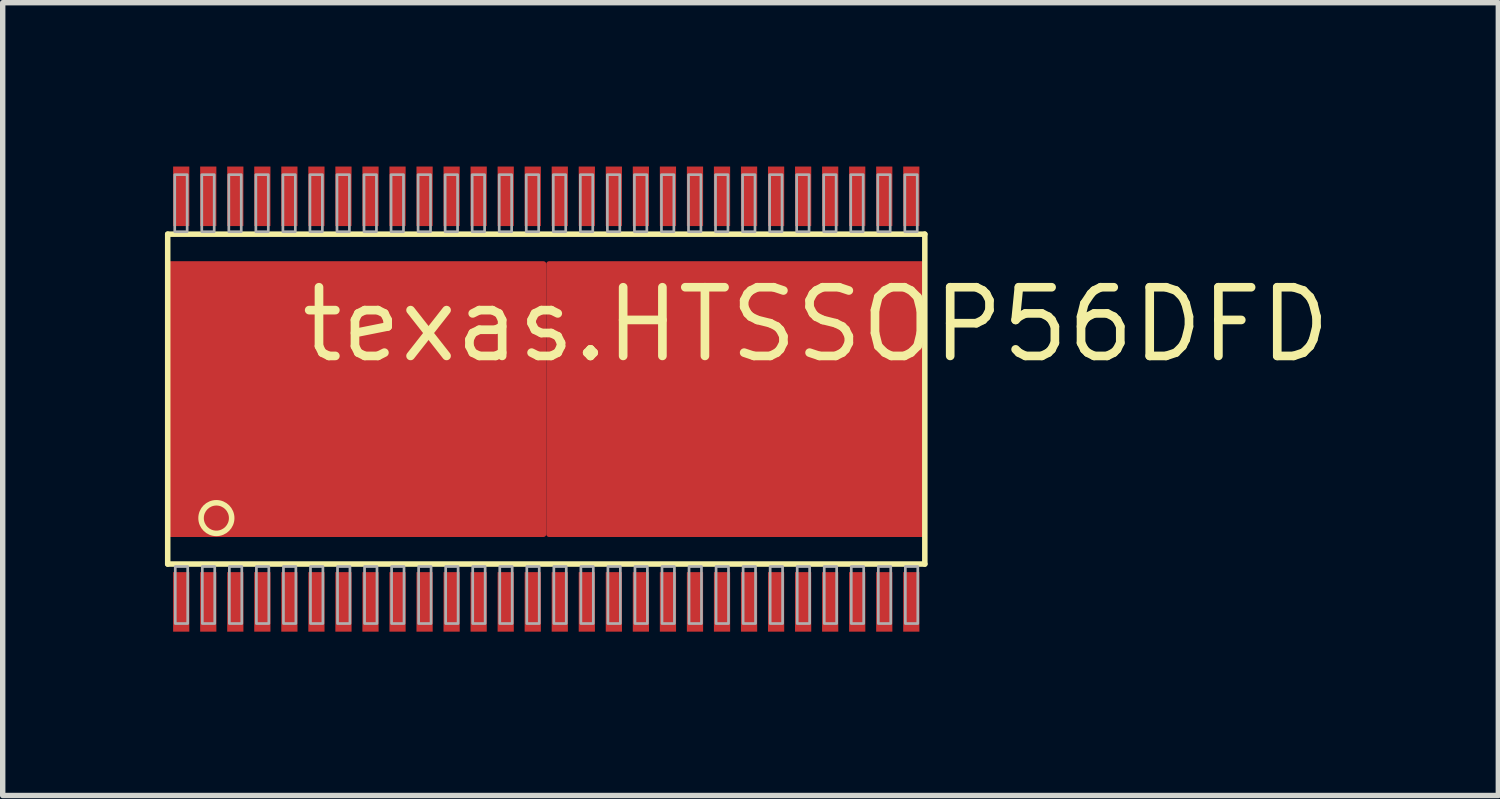
<source format=kicad_pcb>
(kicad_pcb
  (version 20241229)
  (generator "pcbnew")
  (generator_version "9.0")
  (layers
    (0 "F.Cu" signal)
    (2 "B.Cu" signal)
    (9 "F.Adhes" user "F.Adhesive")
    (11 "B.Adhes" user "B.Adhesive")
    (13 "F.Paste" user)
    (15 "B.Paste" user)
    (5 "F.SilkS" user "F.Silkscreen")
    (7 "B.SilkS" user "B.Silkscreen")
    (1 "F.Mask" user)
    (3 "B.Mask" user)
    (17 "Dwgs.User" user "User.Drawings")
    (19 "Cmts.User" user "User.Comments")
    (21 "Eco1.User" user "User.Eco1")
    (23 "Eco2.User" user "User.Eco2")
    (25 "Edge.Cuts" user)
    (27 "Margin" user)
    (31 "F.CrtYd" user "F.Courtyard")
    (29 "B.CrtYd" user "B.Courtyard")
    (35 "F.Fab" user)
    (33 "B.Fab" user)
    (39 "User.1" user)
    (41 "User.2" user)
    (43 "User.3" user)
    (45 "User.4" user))
  (footprint "texas.HTSSOP56DFD"
    (layer "F.Cu")
    (at 7.051 4.33)
    (property "Reference" "texas.HTSSOP56DFD" (at -4.61 -0.635 0) (layer "F.SilkS") (effects (font (size 1.27 1.27) (thickness 0.16)) (justify left bottom)))
    (attr smd)
    (fp_rect (start -7 2.5) (end 7 -2.5) (stroke (width 0.05) (type default)) (fill yes) (layer "F.Mask"))
    (fp_rect (start -6.905 -3.195) (end -6.595 -4.305) (stroke (width 0.05) (type default)) (fill yes) (layer "F.Mask"))
    (fp_rect (start -6.905 4.305) (end -6.595 3.195) (stroke (width 0.05) (type default)) (fill yes) (layer "F.Mask"))
    (fp_rect (start -6.405 -3.195) (end -6.095 -4.305) (stroke (width 0.05) (type default)) (fill yes) (layer "F.Mask"))
    (fp_rect (start -6.405 4.305) (end -6.095 3.195) (stroke (width 0.05) (type default)) (fill yes) (layer "F.Mask"))
    (fp_rect (start -5.905 -3.195) (end -5.595 -4.305) (stroke (width 0.05) (type default)) (fill yes) (layer "F.Mask"))
    (fp_rect (start -5.905 4.305) (end -5.595 3.195) (stroke (width 0.05) (type default)) (fill yes) (layer "F.Mask"))
    (fp_rect (start -5.405 -3.195) (end -5.095 -4.305) (stroke (width 0.05) (type default)) (fill yes) (layer "F.Mask"))
    (fp_rect (start -5.405 4.305) (end -5.095 3.195) (stroke (width 0.05) (type default)) (fill yes) (layer "F.Mask"))
    (fp_rect (start -4.905 -3.195) (end -4.595 -4.305) (stroke (width 0.05) (type default)) (fill yes) (layer "F.Mask"))
    (fp_rect (start -4.905 4.305) (end -4.595 3.195) (stroke (width 0.05) (type default)) (fill yes) (layer "F.Mask"))
    (fp_rect (start -4.405 -3.195) (end -4.095 -4.305) (stroke (width 0.05) (type default)) (fill yes) (layer "F.Mask"))
    (fp_rect (start -4.405 4.305) (end -4.095 3.195) (stroke (width 0.05) (type default)) (fill yes) (layer "F.Mask"))
    (fp_rect (start -3.905 -3.195) (end -3.595 -4.305) (stroke (width 0.05) (type default)) (fill yes) (layer "F.Mask"))
    (fp_rect (start -3.905 4.305) (end -3.595 3.195) (stroke (width 0.05) (type default)) (fill yes) (layer "F.Mask"))
    (fp_rect (start -3.405 -3.195) (end -3.095 -4.305) (stroke (width 0.05) (type default)) (fill yes) (layer "F.Mask"))
    (fp_rect (start -3.405 4.305) (end -3.095 3.195) (stroke (width 0.05) (type default)) (fill yes) (layer "F.Mask"))
    (fp_rect (start -2.905 -3.195) (end -2.595 -4.305) (stroke (width 0.05) (type default)) (fill yes) (layer "F.Mask"))
    (fp_rect (start -2.905 4.305) (end -2.595 3.195) (stroke (width 0.05) (type default)) (fill yes) (layer "F.Mask"))
    (fp_rect (start -2.405 -3.195) (end -2.095 -4.305) (stroke (width 0.05) (type default)) (fill yes) (layer "F.Mask"))
    (fp_rect (start -2.405 4.305) (end -2.095 3.195) (stroke (width 0.05) (type default)) (fill yes) (layer "F.Mask"))
    (fp_rect (start -1.905 -3.195) (end -1.595 -4.305) (stroke (width 0.05) (type default)) (fill yes) (layer "F.Mask"))
    (fp_rect (start -1.905 4.305) (end -1.595 3.195) (stroke (width 0.05) (type default)) (fill yes) (layer "F.Mask"))
    (fp_rect (start -1.405 -3.195) (end -1.095 -4.305) (stroke (width 0.05) (type default)) (fill yes) (layer "F.Mask"))
    (fp_rect (start -1.405 4.305) (end -1.095 3.195) (stroke (width 0.05) (type default)) (fill yes) (layer "F.Mask"))
    (fp_rect (start -0.905 -3.195) (end -0.595 -4.305) (stroke (width 0.05) (type default)) (fill yes) (layer "F.Mask"))
    (fp_rect (start -0.905 4.305) (end -0.595 3.195) (stroke (width 0.05) (type default)) (fill yes) (layer "F.Mask"))
    (fp_rect (start -0.405 -3.195) (end -0.095 -4.305) (stroke (width 0.05) (type default)) (fill yes) (layer "F.Mask"))
    (fp_rect (start -0.405 4.305) (end -0.095 3.195) (stroke (width 0.05) (type default)) (fill yes) (layer "F.Mask"))
    (fp_rect (start 0.095 -3.195) (end 0.405 -4.305) (stroke (width 0.05) (type default)) (fill yes) (layer "F.Mask"))
    (fp_rect (start 0.095 4.305) (end 0.405 3.195) (stroke (width 0.05) (type default)) (fill yes) (layer "F.Mask"))
    (fp_rect (start 0.595 -3.195) (end 0.905 -4.305) (stroke (width 0.05) (type default)) (fill yes) (layer "F.Mask"))
    (fp_rect (start 0.595 4.305) (end 0.905 3.195) (stroke (width 0.05) (type default)) (fill yes) (layer "F.Mask"))
    (fp_rect (start 1.095 -3.195) (end 1.405 -4.305) (stroke (width 0.05) (type default)) (fill yes) (layer "F.Mask"))
    (fp_rect (start 1.095 4.305) (end 1.405 3.195) (stroke (width 0.05) (type default)) (fill yes) (layer "F.Mask"))
    (fp_rect (start 1.595 -3.195) (end 1.905 -4.305) (stroke (width 0.05) (type default)) (fill yes) (layer "F.Mask"))
    (fp_rect (start 1.595 4.305) (end 1.905 3.195) (stroke (width 0.05) (type default)) (fill yes) (layer "F.Mask"))
    (fp_rect (start 2.095 -3.195) (end 2.405 -4.305) (stroke (width 0.05) (type default)) (fill yes) (layer "F.Mask"))
    (fp_rect (start 2.095 4.305) (end 2.405 3.195) (stroke (width 0.05) (type default)) (fill yes) (layer "F.Mask"))
    (fp_rect (start 2.595 -3.195) (end 2.905 -4.305) (stroke (width 0.05) (type default)) (fill yes) (layer "F.Mask"))
    (fp_rect (start 2.595 4.305) (end 2.905 3.195) (stroke (width 0.05) (type default)) (fill yes) (layer "F.Mask"))
    (fp_rect (start 3.095 -3.195) (end 3.405 -4.305) (stroke (width 0.05) (type default)) (fill yes) (layer "F.Mask"))
    (fp_rect (start 3.095 4.305) (end 3.405 3.195) (stroke (width 0.05) (type default)) (fill yes) (layer "F.Mask"))
    (fp_rect (start 3.595 -3.195) (end 3.905 -4.305) (stroke (width 0.05) (type default)) (fill yes) (layer "F.Mask"))
    (fp_rect (start 3.595 4.305) (end 3.905 3.195) (stroke (width 0.05) (type default)) (fill yes) (layer "F.Mask"))
    (fp_rect (start 4.095 -3.195) (end 4.405 -4.305) (stroke (width 0.05) (type default)) (fill yes) (layer "F.Mask"))
    (fp_rect (start 4.095 4.305) (end 4.405 3.195) (stroke (width 0.05) (type default)) (fill yes) (layer "F.Mask"))
    (fp_rect (start 4.595 -3.195) (end 4.905 -4.305) (stroke (width 0.05) (type default)) (fill yes) (layer "F.Mask"))
    (fp_rect (start 4.595 4.305) (end 4.905 3.195) (stroke (width 0.05) (type default)) (fill yes) (layer "F.Mask"))
    (fp_rect (start 5.095 -3.195) (end 5.405 -4.305) (stroke (width 0.05) (type default)) (fill yes) (layer "F.Mask"))
    (fp_rect (start 5.095 4.305) (end 5.405 3.195) (stroke (width 0.05) (type default)) (fill yes) (layer "F.Mask"))
    (fp_rect (start 5.595 -3.195) (end 5.905 -4.305) (stroke (width 0.05) (type default)) (fill yes) (layer "F.Mask"))
    (fp_rect (start 5.595 4.305) (end 5.905 3.195) (stroke (width 0.05) (type default)) (fill yes) (layer "F.Mask"))
    (fp_rect (start 6.095 -3.195) (end 6.405 -4.305) (stroke (width 0.05) (type default)) (fill yes) (layer "F.Mask"))
    (fp_rect (start 6.095 4.305) (end 6.405 3.195) (stroke (width 0.05) (type default)) (fill yes) (layer "F.Mask"))
    (fp_rect (start 6.595 -3.195) (end 6.905 -4.305) (stroke (width 0.05) (type default)) (fill yes) (layer "F.Mask"))
    (fp_rect (start 6.595 4.305) (end 6.905 3.195) (stroke (width 0.05) (type default)) (fill yes) (layer "F.Mask"))
    (fp_line (start -7 -3.05) (end 7 -3.05) (stroke (width 0.102) (type default)) (layer "F.SilkS"))
    (fp_line (start -7 3.05) (end -7 -3.05) (stroke (width 0.102) (type default)) (layer "F.SilkS"))
    (fp_line (start 7 -3.05) (end 7 3.05) (stroke (width 0.102) (type default)) (layer "F.SilkS"))
    (fp_line (start 7 3.05) (end -7 3.05) (stroke (width 0.102) (type default)) (layer "F.SilkS"))
    (fp_circle (center -6.1 2.2) (end -5.817 2.2) (stroke (width 0.102) (type default)) (fill no) (layer "F.SilkS"))
    (fp_rect (start -6.89 -3.215) (end -6.61 -4.285) (stroke (width 0.05) (type default)) (fill yes) (layer "F.Paste"))
    (fp_rect (start -6.89 4.285) (end -6.61 3.215) (stroke (width 0.05) (type default)) (fill yes) (layer "F.Paste"))
    (fp_rect (start -6.39 -3.215) (end -6.11 -4.285) (stroke (width 0.05) (type default)) (fill yes) (layer "F.Paste"))
    (fp_rect (start -6.39 4.285) (end -6.11 3.215) (stroke (width 0.05) (type default)) (fill yes) (layer "F.Paste"))
    (fp_rect (start -5.89 -3.215) (end -5.61 -4.285) (stroke (width 0.05) (type default)) (fill yes) (layer "F.Paste"))
    (fp_rect (start -5.89 4.285) (end -5.61 3.215) (stroke (width 0.05) (type default)) (fill yes) (layer "F.Paste"))
    (fp_rect (start -5.39 -3.215) (end -5.11 -4.285) (stroke (width 0.05) (type default)) (fill yes) (layer "F.Paste"))
    (fp_rect (start -5.39 4.285) (end -5.11 3.215) (stroke (width 0.05) (type default)) (fill yes) (layer "F.Paste"))
    (fp_rect (start -4.89 -3.215) (end -4.61 -4.285) (stroke (width 0.05) (type default)) (fill yes) (layer "F.Paste"))
    (fp_rect (start -4.89 4.285) (end -4.61 3.215) (stroke (width 0.05) (type default)) (fill yes) (layer "F.Paste"))
    (fp_rect (start -4.39 -3.215) (end -4.11 -4.285) (stroke (width 0.05) (type default)) (fill yes) (layer "F.Paste"))
    (fp_rect (start -4.39 4.285) (end -4.11 3.215) (stroke (width 0.05) (type default)) (fill yes) (layer "F.Paste"))
    (fp_rect (start -3.89 -3.215) (end -3.61 -4.285) (stroke (width 0.05) (type default)) (fill yes) (layer "F.Paste"))
    (fp_rect (start -3.89 4.285) (end -3.61 3.215) (stroke (width 0.05) (type default)) (fill yes) (layer "F.Paste"))
    (fp_rect (start -3.39 -3.215) (end -3.11 -4.285) (stroke (width 0.05) (type default)) (fill yes) (layer "F.Paste"))
    (fp_rect (start -3.39 4.285) (end -3.11 3.215) (stroke (width 0.05) (type default)) (fill yes) (layer "F.Paste"))
    (fp_rect (start -2.89 -3.215) (end -2.61 -4.285) (stroke (width 0.05) (type default)) (fill yes) (layer "F.Paste"))
    (fp_rect (start -2.89 4.285) (end -2.61 3.215) (stroke (width 0.05) (type default)) (fill yes) (layer "F.Paste"))
    (fp_rect (start -2.39 -3.215) (end -2.11 -4.285) (stroke (width 0.05) (type default)) (fill yes) (layer "F.Paste"))
    (fp_rect (start -2.39 4.285) (end -2.11 3.215) (stroke (width 0.05) (type default)) (fill yes) (layer "F.Paste"))
    (fp_rect (start -1.89 -3.215) (end -1.61 -4.285) (stroke (width 0.05) (type default)) (fill yes) (layer "F.Paste"))
    (fp_rect (start -1.89 4.285) (end -1.61 3.215) (stroke (width 0.05) (type default)) (fill yes) (layer "F.Paste"))
    (fp_rect (start -1.39 -3.215) (end -1.11 -4.285) (stroke (width 0.05) (type default)) (fill yes) (layer "F.Paste"))
    (fp_rect (start -1.39 4.285) (end -1.11 3.215) (stroke (width 0.05) (type default)) (fill yes) (layer "F.Paste"))
    (fp_rect (start -0.89 -3.215) (end -0.61 -4.285) (stroke (width 0.05) (type default)) (fill yes) (layer "F.Paste"))
    (fp_rect (start -0.89 4.285) (end -0.61 3.215) (stroke (width 0.05) (type default)) (fill yes) (layer "F.Paste"))
    (fp_rect (start -0.39 -3.215) (end -0.11 -4.285) (stroke (width 0.05) (type default)) (fill yes) (layer "F.Paste"))
    (fp_rect (start -0.39 4.285) (end -0.11 3.215) (stroke (width 0.05) (type default)) (fill yes) (layer "F.Paste"))
    (fp_rect (start 0.11 -3.215) (end 0.39 -4.285) (stroke (width 0.05) (type default)) (fill yes) (layer "F.Paste"))
    (fp_rect (start 0.11 4.285) (end 0.39 3.215) (stroke (width 0.05) (type default)) (fill yes) (layer "F.Paste"))
    (fp_rect (start 0.61 -3.215) (end 0.89 -4.285) (stroke (width 0.05) (type default)) (fill yes) (layer "F.Paste"))
    (fp_rect (start 0.61 4.285) (end 0.89 3.215) (stroke (width 0.05) (type default)) (fill yes) (layer "F.Paste"))
    (fp_rect (start 1.11 -3.215) (end 1.39 -4.285) (stroke (width 0.05) (type default)) (fill yes) (layer "F.Paste"))
    (fp_rect (start 1.11 4.285) (end 1.39 3.215) (stroke (width 0.05) (type default)) (fill yes) (layer "F.Paste"))
    (fp_rect (start 1.61 -3.215) (end 1.89 -4.285) (stroke (width 0.05) (type default)) (fill yes) (layer "F.Paste"))
    (fp_rect (start 1.61 4.285) (end 1.89 3.215) (stroke (width 0.05) (type default)) (fill yes) (layer "F.Paste"))
    (fp_rect (start 2.11 -3.215) (end 2.39 -4.285) (stroke (width 0.05) (type default)) (fill yes) (layer "F.Paste"))
    (fp_rect (start 2.11 4.285) (end 2.39 3.215) (stroke (width 0.05) (type default)) (fill yes) (layer "F.Paste"))
    (fp_rect (start 2.61 -3.215) (end 2.89 -4.285) (stroke (width 0.05) (type default)) (fill yes) (layer "F.Paste"))
    (fp_rect (start 2.61 4.285) (end 2.89 3.215) (stroke (width 0.05) (type default)) (fill yes) (layer "F.Paste"))
    (fp_rect (start 3.11 -3.215) (end 3.39 -4.285) (stroke (width 0.05) (type default)) (fill yes) (layer "F.Paste"))
    (fp_rect (start 3.11 4.285) (end 3.39 3.215) (stroke (width 0.05) (type default)) (fill yes) (layer "F.Paste"))
    (fp_rect (start 3.61 -3.215) (end 3.89 -4.285) (stroke (width 0.05) (type default)) (fill yes) (layer "F.Paste"))
    (fp_rect (start 3.61 4.285) (end 3.89 3.215) (stroke (width 0.05) (type default)) (fill yes) (layer "F.Paste"))
    (fp_rect (start 4.11 -3.215) (end 4.39 -4.285) (stroke (width 0.05) (type default)) (fill yes) (layer "F.Paste"))
    (fp_rect (start 4.11 4.285) (end 4.39 3.215) (stroke (width 0.05) (type default)) (fill yes) (layer "F.Paste"))
    (fp_rect (start 4.61 -3.215) (end 4.89 -4.285) (stroke (width 0.05) (type default)) (fill yes) (layer "F.Paste"))
    (fp_rect (start 4.61 4.285) (end 4.89 3.215) (stroke (width 0.05) (type default)) (fill yes) (layer "F.Paste"))
    (fp_rect (start 5.11 -3.215) (end 5.39 -4.285) (stroke (width 0.05) (type default)) (fill yes) (layer "F.Paste"))
    (fp_rect (start 5.11 4.285) (end 5.39 3.215) (stroke (width 0.05) (type default)) (fill yes) (layer "F.Paste"))
    (fp_rect (start 5.61 -3.215) (end 5.89 -4.285) (stroke (width 0.05) (type default)) (fill yes) (layer "F.Paste"))
    (fp_rect (start 5.61 4.285) (end 5.89 3.215) (stroke (width 0.05) (type default)) (fill yes) (layer "F.Paste"))
    (fp_rect (start 6.11 -3.215) (end 6.39 -4.285) (stroke (width 0.05) (type default)) (fill yes) (layer "F.Paste"))
    (fp_rect (start 6.11 4.285) (end 6.39 3.215) (stroke (width 0.05) (type default)) (fill yes) (layer "F.Paste"))
    (fp_rect (start 6.61 -3.215) (end 6.89 -4.285) (stroke (width 0.05) (type default)) (fill yes) (layer "F.Paste"))
    (fp_rect (start 6.61 4.285) (end 6.89 3.215) (stroke (width 0.05) (type default)) (fill yes) (layer "F.Paste"))
    (fp_rect (start -6.87 -3.095) (end -6.64 -4.15) (stroke (width 0.05) (type default)) (fill no) (layer "F.Fab"))
    (fp_rect (start -6.86 4.15) (end -6.63 3.095) (stroke (width 0.05) (type default)) (fill no) (layer "F.Fab"))
    (fp_rect (start -6.37 -3.095) (end -6.14 -4.15) (stroke (width 0.05) (type default)) (fill no) (layer "F.Fab"))
    (fp_rect (start -6.36 4.15) (end -6.13 3.095) (stroke (width 0.05) (type default)) (fill no) (layer "F.Fab"))
    (fp_rect (start -5.87 -3.095) (end -5.64 -4.15) (stroke (width 0.05) (type default)) (fill no) (layer "F.Fab"))
    (fp_rect (start -5.86 4.15) (end -5.63 3.095) (stroke (width 0.05) (type default)) (fill no) (layer "F.Fab"))
    (fp_rect (start -5.37 -3.095) (end -5.14 -4.15) (stroke (width 0.05) (type default)) (fill no) (layer "F.Fab"))
    (fp_rect (start -5.36 4.15) (end -5.13 3.095) (stroke (width 0.05) (type default)) (fill no) (layer "F.Fab"))
    (fp_rect (start -4.87 -3.095) (end -4.64 -4.15) (stroke (width 0.05) (type default)) (fill no) (layer "F.Fab"))
    (fp_rect (start -4.86 4.15) (end -4.63 3.095) (stroke (width 0.05) (type default)) (fill no) (layer "F.Fab"))
    (fp_rect (start -4.37 -3.095) (end -4.14 -4.15) (stroke (width 0.05) (type default)) (fill no) (layer "F.Fab"))
    (fp_rect (start -4.36 4.15) (end -4.13 3.095) (stroke (width 0.05) (type default)) (fill no) (layer "F.Fab"))
    (fp_rect (start -3.87 -3.095) (end -3.64 -4.15) (stroke (width 0.05) (type default)) (fill no) (layer "F.Fab"))
    (fp_rect (start -3.86 4.15) (end -3.63 3.095) (stroke (width 0.05) (type default)) (fill no) (layer "F.Fab"))
    (fp_rect (start -3.37 -3.095) (end -3.14 -4.15) (stroke (width 0.05) (type default)) (fill no) (layer "F.Fab"))
    (fp_rect (start -3.36 4.15) (end -3.13 3.095) (stroke (width 0.05) (type default)) (fill no) (layer "F.Fab"))
    (fp_rect (start -2.87 -3.095) (end -2.64 -4.15) (stroke (width 0.05) (type default)) (fill no) (layer "F.Fab"))
    (fp_rect (start -2.86 4.15) (end -2.63 3.095) (stroke (width 0.05) (type default)) (fill no) (layer "F.Fab"))
    (fp_rect (start -2.37 -3.095) (end -2.14 -4.15) (stroke (width 0.05) (type default)) (fill no) (layer "F.Fab"))
    (fp_rect (start -2.36 4.15) (end -2.13 3.095) (stroke (width 0.05) (type default)) (fill no) (layer "F.Fab"))
    (fp_rect (start -1.87 -3.095) (end -1.64 -4.15) (stroke (width 0.05) (type default)) (fill no) (layer "F.Fab"))
    (fp_rect (start -1.86 4.15) (end -1.63 3.095) (stroke (width 0.05) (type default)) (fill no) (layer "F.Fab"))
    (fp_rect (start -1.37 -3.095) (end -1.14 -4.15) (stroke (width 0.05) (type default)) (fill no) (layer "F.Fab"))
    (fp_rect (start -1.36 4.15) (end -1.13 3.095) (stroke (width 0.05) (type default)) (fill no) (layer "F.Fab"))
    (fp_rect (start -0.87 -3.095) (end -0.64 -4.15) (stroke (width 0.05) (type default)) (fill no) (layer "F.Fab"))
    (fp_rect (start -0.86 4.15) (end -0.63 3.095) (stroke (width 0.05) (type default)) (fill no) (layer "F.Fab"))
    (fp_rect (start -0.37 -3.095) (end -0.14 -4.15) (stroke (width 0.05) (type default)) (fill no) (layer "F.Fab"))
    (fp_rect (start -0.36 4.15) (end -0.13 3.095) (stroke (width 0.05) (type default)) (fill no) (layer "F.Fab"))
    (fp_rect (start 0.13 -3.095) (end 0.36 -4.15) (stroke (width 0.05) (type default)) (fill no) (layer "F.Fab"))
    (fp_rect (start 0.14 4.15) (end 0.37 3.095) (stroke (width 0.05) (type default)) (fill no) (layer "F.Fab"))
    (fp_rect (start 0.63 -3.095) (end 0.86 -4.15) (stroke (width 0.05) (type default)) (fill no) (layer "F.Fab"))
    (fp_rect (start 0.64 4.15) (end 0.87 3.095) (stroke (width 0.05) (type default)) (fill no) (layer "F.Fab"))
    (fp_rect (start 1.13 -3.095) (end 1.36 -4.15) (stroke (width 0.05) (type default)) (fill no) (layer "F.Fab"))
    (fp_rect (start 1.14 4.15) (end 1.37 3.095) (stroke (width 0.05) (type default)) (fill no) (layer "F.Fab"))
    (fp_rect (start 1.63 -3.095) (end 1.86 -4.15) (stroke (width 0.05) (type default)) (fill no) (layer "F.Fab"))
    (fp_rect (start 1.64 4.15) (end 1.87 3.095) (stroke (width 0.05) (type default)) (fill no) (layer "F.Fab"))
    (fp_rect (start 2.13 -3.095) (end 2.36 -4.15) (stroke (width 0.05) (type default)) (fill no) (layer "F.Fab"))
    (fp_rect (start 2.14 4.15) (end 2.37 3.095) (stroke (width 0.05) (type default)) (fill no) (layer "F.Fab"))
    (fp_rect (start 2.63 -3.095) (end 2.86 -4.15) (stroke (width 0.05) (type default)) (fill no) (layer "F.Fab"))
    (fp_rect (start 2.64 4.15) (end 2.87 3.095) (stroke (width 0.05) (type default)) (fill no) (layer "F.Fab"))
    (fp_rect (start 3.13 -3.095) (end 3.36 -4.15) (stroke (width 0.05) (type default)) (fill no) (layer "F.Fab"))
    (fp_rect (start 3.14 4.15) (end 3.37 3.095) (stroke (width 0.05) (type default)) (fill no) (layer "F.Fab"))
    (fp_rect (start 3.63 -3.095) (end 3.86 -4.15) (stroke (width 0.05) (type default)) (fill no) (layer "F.Fab"))
    (fp_rect (start 3.64 4.15) (end 3.87 3.095) (stroke (width 0.05) (type default)) (fill no) (layer "F.Fab"))
    (fp_rect (start 4.13 -3.095) (end 4.36 -4.15) (stroke (width 0.05) (type default)) (fill no) (layer "F.Fab"))
    (fp_rect (start 4.14 4.15) (end 4.37 3.095) (stroke (width 0.05) (type default)) (fill no) (layer "F.Fab"))
    (fp_rect (start 4.63 -3.095) (end 4.86 -4.15) (stroke (width 0.05) (type default)) (fill no) (layer "F.Fab"))
    (fp_rect (start 4.64 4.15) (end 4.87 3.095) (stroke (width 0.05) (type default)) (fill no) (layer "F.Fab"))
    (fp_rect (start 5.13 -3.095) (end 5.36 -4.15) (stroke (width 0.05) (type default)) (fill no) (layer "F.Fab"))
    (fp_rect (start 5.14 4.15) (end 5.37 3.095) (stroke (width 0.05) (type default)) (fill no) (layer "F.Fab"))
    (fp_rect (start 5.63 -3.095) (end 5.86 -4.15) (stroke (width 0.05) (type default)) (fill no) (layer "F.Fab"))
    (fp_rect (start 5.64 4.15) (end 5.87 3.095) (stroke (width 0.05) (type default)) (fill no) (layer "F.Fab"))
    (fp_rect (start 6.13 -3.095) (end 6.36 -4.15) (stroke (width 0.05) (type default)) (fill no) (layer "F.Fab"))
    (fp_rect (start 6.14 4.15) (end 6.37 3.095) (stroke (width 0.05) (type default)) (fill no) (layer "F.Fab"))
    (fp_rect (start 6.63 -3.095) (end 6.86 -4.15) (stroke (width 0.05) (type default)) (fill no) (layer "F.Fab"))
    (fp_rect (start 6.64 4.15) (end 6.87 3.095) (stroke (width 0.05) (type default)) (fill no) (layer "F.Fab"))
    (pad "1" smd roundrect (at -6.75 3.75) (size 0.3 1.1) (layers "F.Cu" "F.Mask" "F.Paste") (roundrect_rratio 0.01))
    (pad "2" smd roundrect (at -6.25 3.75) (size 0.3 1.1) (layers "F.Cu" "F.Mask" "F.Paste") (roundrect_rratio 0.01))
    (pad "3" smd roundrect (at -5.75 3.75) (size 0.3 1.1) (layers "F.Cu" "F.Mask" "F.Paste") (roundrect_rratio 0.01))
    (pad "4" smd roundrect (at -5.25 3.75) (size 0.3 1.1) (layers "F.Cu" "F.Mask" "F.Paste") (roundrect_rratio 0.01))
    (pad "5" smd roundrect (at -4.75 3.75) (size 0.3 1.1) (layers "F.Cu" "F.Mask" "F.Paste") (roundrect_rratio 0.01))
    (pad "6" smd roundrect (at -4.25 3.75) (size 0.3 1.1) (layers "F.Cu" "F.Mask" "F.Paste") (roundrect_rratio 0.01))
    (pad "7" smd roundrect (at -3.75 3.75) (size 0.3 1.1) (layers "F.Cu" "F.Mask" "F.Paste") (roundrect_rratio 0.01))
    (pad "8" smd roundrect (at -3.25 3.75) (size 0.3 1.1) (layers "F.Cu" "F.Mask" "F.Paste") (roundrect_rratio 0.01))
    (pad "9" smd roundrect (at -2.75 3.75) (size 0.3 1.1) (layers "F.Cu" "F.Mask" "F.Paste") (roundrect_rratio 0.01))
    (pad "10" smd roundrect (at -2.25 3.75) (size 0.3 1.1) (layers "F.Cu" "F.Mask" "F.Paste") (roundrect_rratio 0.01))
    (pad "11" smd roundrect (at -1.75 3.75) (size 0.3 1.1) (layers "F.Cu" "F.Mask" "F.Paste") (roundrect_rratio 0.01))
    (pad "12" smd roundrect (at -1.25 3.75) (size 0.3 1.1) (layers "F.Cu" "F.Mask" "F.Paste") (roundrect_rratio 0.01))
    (pad "13" smd roundrect (at -0.75 3.75) (size 0.3 1.1) (layers "F.Cu" "F.Mask" "F.Paste") (roundrect_rratio 0.01))
    (pad "14" smd roundrect (at -0.25 3.75) (size 0.3 1.1) (layers "F.Cu" "F.Mask" "F.Paste") (roundrect_rratio 0.01))
    (pad "15" smd roundrect (at 0.25 3.75) (size 0.3 1.1) (layers "F.Cu" "F.Mask" "F.Paste") (roundrect_rratio 0.01))
    (pad "16" smd roundrect (at 0.75 3.75) (size 0.3 1.1) (layers "F.Cu" "F.Mask" "F.Paste") (roundrect_rratio 0.01))
    (pad "17" smd roundrect (at 1.25 3.75) (size 0.3 1.1) (layers "F.Cu" "F.Mask" "F.Paste") (roundrect_rratio 0.01))
    (pad "18" smd roundrect (at 1.75 3.75) (size 0.3 1.1) (layers "F.Cu" "F.Mask" "F.Paste") (roundrect_rratio 0.01))
    (pad "19" smd roundrect (at 2.25 3.75) (size 0.3 1.1) (layers "F.Cu" "F.Mask" "F.Paste") (roundrect_rratio 0.01))
    (pad "20" smd roundrect (at 2.75 3.75) (size 0.3 1.1) (layers "F.Cu" "F.Mask" "F.Paste") (roundrect_rratio 0.01))
    (pad "21" smd roundrect (at 3.25 3.75) (size 0.3 1.1) (layers "F.Cu" "F.Mask" "F.Paste") (roundrect_rratio 0.01))
    (pad "22" smd roundrect (at 3.75 3.75) (size 0.3 1.1) (layers "F.Cu" "F.Mask" "F.Paste") (roundrect_rratio 0.01))
    (pad "23" smd roundrect (at 4.25 3.75) (size 0.3 1.1) (layers "F.Cu" "F.Mask" "F.Paste") (roundrect_rratio 0.01))
    (pad "24" smd roundrect (at 4.75 3.75) (size 0.3 1.1) (layers "F.Cu" "F.Mask" "F.Paste") (roundrect_rratio 0.01))
    (pad "25" smd roundrect (at 5.25 3.75) (size 0.3 1.1) (layers "F.Cu" "F.Mask" "F.Paste") (roundrect_rratio 0.01))
    (pad "26" smd roundrect (at 5.75 3.75) (size 0.3 1.1) (layers "F.Cu" "F.Mask" "F.Paste") (roundrect_rratio 0.01))
    (pad "27" smd roundrect (at 6.25 3.75) (size 0.3 1.1) (layers "F.Cu" "F.Mask" "F.Paste") (roundrect_rratio 0.01))
    (pad "28" smd roundrect (at 6.75 3.75) (size 0.3 1.1) (layers "F.Cu" "F.Mask" "F.Paste") (roundrect_rratio 0.01))
    (pad "29" smd roundrect (at 6.75 -3.75 180) (size 0.3 1.1) (layers "F.Cu" "F.Mask" "F.Paste") (roundrect_rratio 0.01))
    (pad "30" smd roundrect (at 6.25 -3.75 180) (size 0.3 1.1) (layers "F.Cu" "F.Mask" "F.Paste") (roundrect_rratio 0.01))
    (pad "31" smd roundrect (at 5.75 -3.75 180) (size 0.3 1.1) (layers "F.Cu" "F.Mask" "F.Paste") (roundrect_rratio 0.01))
    (pad "32" smd roundrect (at 5.25 -3.75 180) (size 0.3 1.1) (layers "F.Cu" "F.Mask" "F.Paste") (roundrect_rratio 0.01))
    (pad "33" smd roundrect (at 4.75 -3.75 180) (size 0.3 1.1) (layers "F.Cu" "F.Mask" "F.Paste") (roundrect_rratio 0.01))
    (pad "34" smd roundrect (at 4.25 -3.75 180) (size 0.3 1.1) (layers "F.Cu" "F.Mask" "F.Paste") (roundrect_rratio 0.01))
    (pad "35" smd roundrect (at 3.75 -3.75 180) (size 0.3 1.1) (layers "F.Cu" "F.Mask" "F.Paste") (roundrect_rratio 0.01))
    (pad "36" smd roundrect (at 3.25 -3.75 180) (size 0.3 1.1) (layers "F.Cu" "F.Mask" "F.Paste") (roundrect_rratio 0.01))
    (pad "37" smd roundrect (at 2.75 -3.75 180) (size 0.3 1.1) (layers "F.Cu" "F.Mask" "F.Paste") (roundrect_rratio 0.01))
    (pad "38" smd roundrect (at 2.25 -3.75 180) (size 0.3 1.1) (layers "F.Cu" "F.Mask" "F.Paste") (roundrect_rratio 0.01))
    (pad "39" smd roundrect (at 1.75 -3.75 180) (size 0.3 1.1) (layers "F.Cu" "F.Mask" "F.Paste") (roundrect_rratio 0.01))
    (pad "40" smd roundrect (at 1.25 -3.75 180) (size 0.3 1.1) (layers "F.Cu" "F.Mask" "F.Paste") (roundrect_rratio 0.01))
    (pad "41" smd roundrect (at 0.75 -3.75 180) (size 0.3 1.1) (layers "F.Cu" "F.Mask" "F.Paste") (roundrect_rratio 0.01))
    (pad "42" smd roundrect (at 0.25 -3.75 180) (size 0.3 1.1) (layers "F.Cu" "F.Mask" "F.Paste") (roundrect_rratio 0.01))
    (pad "43" smd roundrect (at -0.25 -3.75 180) (size 0.3 1.1) (layers "F.Cu" "F.Mask" "F.Paste") (roundrect_rratio 0.01))
    (pad "44" smd roundrect (at -0.75 -3.75 180) (size 0.3 1.1) (layers "F.Cu" "F.Mask" "F.Paste") (roundrect_rratio 0.01))
    (pad "45" smd roundrect (at -1.25 -3.75 180) (size 0.3 1.1) (layers "F.Cu" "F.Mask" "F.Paste") (roundrect_rratio 0.01))
    (pad "46" smd roundrect (at -1.75 -3.75 180) (size 0.3 1.1) (layers "F.Cu" "F.Mask" "F.Paste") (roundrect_rratio 0.01))
    (pad "47" smd roundrect (at -2.25 -3.75 180) (size 0.3 1.1) (layers "F.Cu" "F.Mask" "F.Paste") (roundrect_rratio 0.01))
    (pad "48" smd roundrect (at -2.75 -3.75 180) (size 0.3 1.1) (layers "F.Cu" "F.Mask" "F.Paste") (roundrect_rratio 0.01))
    (pad "49" smd roundrect (at -3.25 -3.75 180) (size 0.3 1.1) (layers "F.Cu" "F.Mask" "F.Paste") (roundrect_rratio 0.01))
    (pad "50" smd roundrect (at -3.75 -3.75 180) (size 0.3 1.1) (layers "F.Cu" "F.Mask" "F.Paste") (roundrect_rratio 0.01))
    (pad "51" smd roundrect (at -4.25 -3.75 180) (size 0.3 1.1) (layers "F.Cu" "F.Mask" "F.Paste") (roundrect_rratio 0.01))
    (pad "52" smd roundrect (at -4.75 -3.75 180) (size 0.3 1.1) (layers "F.Cu" "F.Mask" "F.Paste") (roundrect_rratio 0.01))
    (pad "53" smd roundrect (at -5.25 -3.75 180) (size 0.3 1.1) (layers "F.Cu" "F.Mask" "F.Paste") (roundrect_rratio 0.01))
    (pad "54" smd roundrect (at -5.75 -3.75 180) (size 0.3 1.1) (layers "F.Cu" "F.Mask" "F.Paste") (roundrect_rratio 0.01))
    (pad "55" smd roundrect (at -6.25 -3.75 180) (size 0.3 1.1) (layers "F.Cu" "F.Mask" "F.Paste") (roundrect_rratio 0.01))
    (pad "56" smd roundrect (at -6.75 -3.75 180) (size 0.3 1.1) (layers "F.Cu" "F.Mask" "F.Paste") (roundrect_rratio 0.01))
    (pad "EXP@1" smd roundrect (at -3.5 0) (size 7 5.1) (layers "F.Cu" "F.Mask" "F.Paste") (roundrect_rratio 0.01))
    (pad "EXP@2" smd roundrect (at 3.5 0) (size 7 5.1) (layers "F.Cu" "F.Mask" "F.Paste") (roundrect_rratio 0.01)))
  (gr_rect
    (start -3 -3)
    (end 24.656 11.66)
    (stroke (width 0.1) (type default))
    (fill no)
    (layer "Edge.Cuts")))
</source>
